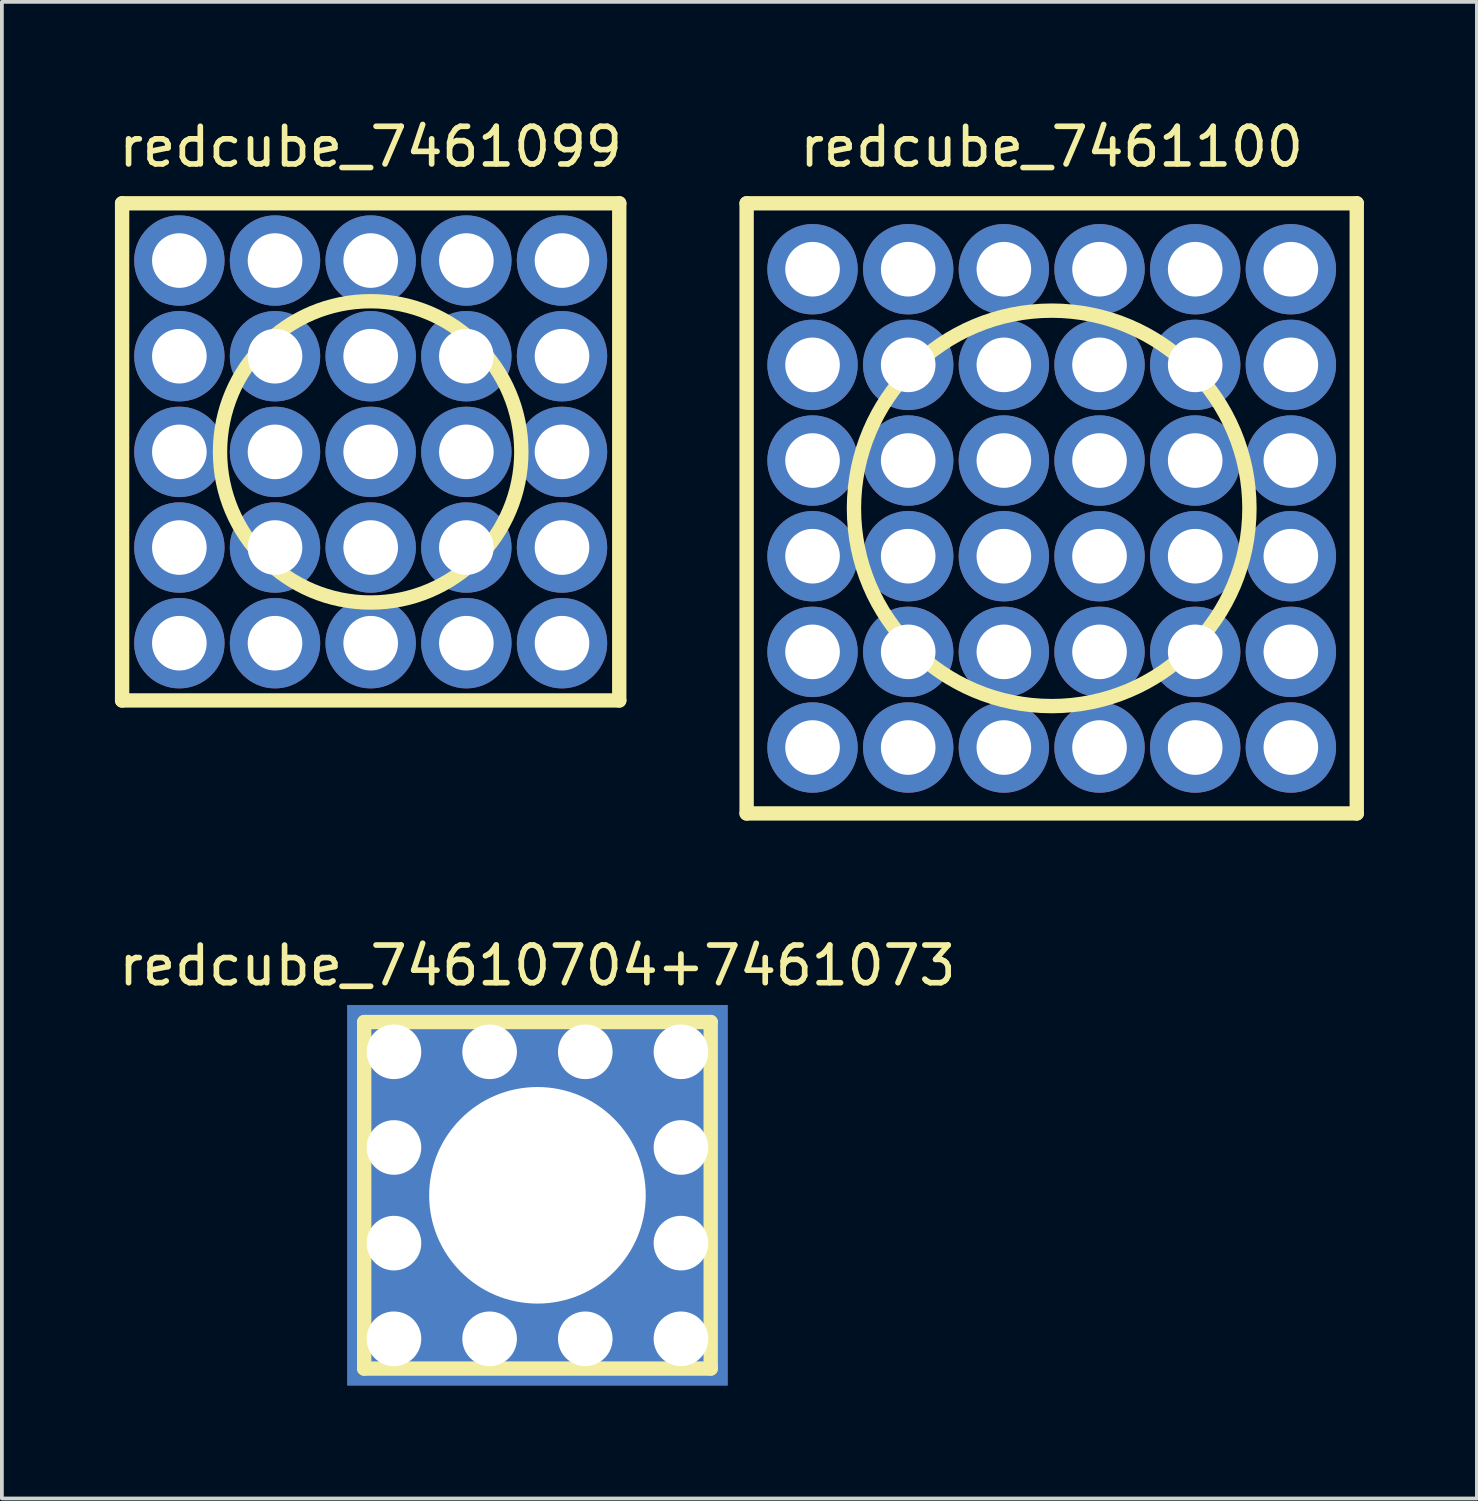
<source format=kicad_pcb>
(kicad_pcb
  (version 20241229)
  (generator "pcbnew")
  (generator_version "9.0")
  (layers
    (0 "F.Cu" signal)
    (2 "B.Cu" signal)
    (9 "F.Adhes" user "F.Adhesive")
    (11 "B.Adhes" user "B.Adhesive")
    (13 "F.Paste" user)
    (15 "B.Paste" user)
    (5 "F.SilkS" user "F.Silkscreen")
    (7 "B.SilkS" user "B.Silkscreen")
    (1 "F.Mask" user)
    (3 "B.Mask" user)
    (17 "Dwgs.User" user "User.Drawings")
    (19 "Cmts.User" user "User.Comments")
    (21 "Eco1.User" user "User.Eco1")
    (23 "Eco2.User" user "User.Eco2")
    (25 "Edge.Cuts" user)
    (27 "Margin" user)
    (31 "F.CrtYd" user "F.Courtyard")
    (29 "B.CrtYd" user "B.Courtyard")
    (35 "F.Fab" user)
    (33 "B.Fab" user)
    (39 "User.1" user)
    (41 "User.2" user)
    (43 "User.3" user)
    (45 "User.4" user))
  (footprint "redcube_7461100"
    (layer "F.Cu")
    (at 24.874 10.448)
    (property "Reference" "redcube_7461100" (at 0 -9.6 0) (layer "F.SilkS") (effects (font (size 1 1) (thickness 0.15))))
    (attr through_hole)
    (fp_line (start -8.1 -8.1) (end 8.1 -8.1) (stroke (width 0.381) (type solid)) (layer "F.SilkS"))
    (fp_line (start -8.1 8.1) (end -8.1 -8.1) (stroke (width 0.381) (type solid)) (layer "F.SilkS"))
    (fp_line (start 8.1 -8.1) (end 8.1 8.1) (stroke (width 0.381) (type solid)) (layer "F.SilkS"))
    (fp_line (start 8.1 8.1) (end -8.1 8.1) (stroke (width 0.381) (type solid)) (layer "F.SilkS"))
    (fp_circle (center 0 0) (end 5.25 0) (stroke (width 0.381) (type solid)) (fill no) (layer "F.SilkS"))
    (pad "1" thru_hole circle (at -6.35 -6.35) (size 2.4 2.4) (drill 1.45) (layers "*.Cu" "*.Mask"))
    (pad "1" thru_hole circle (at -6.35 -3.81) (size 2.4 2.4) (drill 1.45) (layers "*.Cu" "*.Mask"))
    (pad "1" thru_hole circle (at -6.35 -1.27) (size 2.4 2.4) (drill 1.45) (layers "*.Cu" "*.Mask"))
    (pad "1" thru_hole circle (at -6.35 1.27) (size 2.4 2.4) (drill 1.45) (layers "*.Cu" "*.Mask"))
    (pad "1" thru_hole circle (at -6.35 3.81) (size 2.4 2.4) (drill 1.45) (layers "*.Cu" "*.Mask"))
    (pad "1" thru_hole circle (at -6.35 6.35) (size 2.4 2.4) (drill 1.45) (layers "*.Cu" "*.Mask"))
    (pad "1" thru_hole circle (at -3.81 -6.35) (size 2.4 2.4) (drill 1.45) (layers "*.Cu" "*.Mask"))
    (pad "1" thru_hole circle (at -3.81 -3.81) (size 2.4 2.4) (drill 1.45) (layers "*.Cu" "*.Mask"))
    (pad "1" thru_hole circle (at -3.81 -1.27) (size 2.4 2.4) (drill 1.45) (layers "*.Cu" "*.Mask"))
    (pad "1" thru_hole circle (at -3.81 1.27) (size 2.4 2.4) (drill 1.45) (layers "*.Cu" "*.Mask"))
    (pad "1" thru_hole circle (at -3.81 3.81) (size 2.4 2.4) (drill 1.45) (layers "*.Cu" "*.Mask"))
    (pad "1" thru_hole circle (at -3.81 6.35) (size 2.4 2.4) (drill 1.45) (layers "*.Cu" "*.Mask"))
    (pad "1" thru_hole circle (at -1.27 -6.35) (size 2.4 2.4) (drill 1.45) (layers "*.Cu" "*.Mask"))
    (pad "1" thru_hole circle (at -1.27 -3.81) (size 2.4 2.4) (drill 1.45) (layers "*.Cu" "*.Mask"))
    (pad "1" thru_hole circle (at -1.27 -1.27) (size 2.4 2.4) (drill 1.45) (layers "*.Cu" "*.Mask"))
    (pad "1" thru_hole circle (at -1.27 1.27) (size 2.4 2.4) (drill 1.45) (layers "*.Cu" "*.Mask"))
    (pad "1" thru_hole circle (at -1.27 3.81) (size 2.4 2.4) (drill 1.45) (layers "*.Cu" "*.Mask"))
    (pad "1" thru_hole circle (at -1.27 6.35) (size 2.4 2.4) (drill 1.45) (layers "*.Cu" "*.Mask"))
    (pad "1" thru_hole circle (at 1.27 -6.35) (size 2.4 2.4) (drill 1.45) (layers "*.Cu" "*.Mask"))
    (pad "1" thru_hole circle (at 1.27 -3.81) (size 2.4 2.4) (drill 1.45) (layers "*.Cu" "*.Mask"))
    (pad "1" thru_hole circle (at 1.27 -1.27) (size 2.4 2.4) (drill 1.45) (layers "*.Cu" "*.Mask"))
    (pad "1" thru_hole circle (at 1.27 1.27) (size 2.4 2.4) (drill 1.45) (layers "*.Cu" "*.Mask"))
    (pad "1" thru_hole circle (at 1.27 3.81) (size 2.4 2.4) (drill 1.45) (layers "*.Cu" "*.Mask"))
    (pad "1" thru_hole circle (at 1.27 6.35) (size 2.4 2.4) (drill 1.45) (layers "*.Cu" "*.Mask"))
    (pad "1" thru_hole circle (at 3.81 -6.35) (size 2.4 2.4) (drill 1.45) (layers "*.Cu" "*.Mask"))
    (pad "1" thru_hole circle (at 3.81 -3.81) (size 2.4 2.4) (drill 1.45) (layers "*.Cu" "*.Mask"))
    (pad "1" thru_hole circle (at 3.81 -1.27) (size 2.4 2.4) (drill 1.45) (layers "*.Cu" "*.Mask"))
    (pad "1" thru_hole circle (at 3.81 1.27) (size 2.4 2.4) (drill 1.45) (layers "*.Cu" "*.Mask"))
    (pad "1" thru_hole circle (at 3.81 3.81) (size 2.4 2.4) (drill 1.45) (layers "*.Cu" "*.Mask"))
    (pad "1" thru_hole circle (at 3.81 6.35) (size 2.4 2.4) (drill 1.45) (layers "*.Cu" "*.Mask"))
    (pad "1" thru_hole circle (at 6.35 -6.35) (size 2.4 2.4) (drill 1.45) (layers "*.Cu" "*.Mask"))
    (pad "1" thru_hole circle (at 6.35 -3.81) (size 2.4 2.4) (drill 1.45) (layers "*.Cu" "*.Mask"))
    (pad "1" thru_hole circle (at 6.35 -1.27) (size 2.4 2.4) (drill 1.45) (layers "*.Cu" "*.Mask"))
    (pad "1" thru_hole circle (at 6.35 1.27) (size 2.4 2.4) (drill 1.45) (layers "*.Cu" "*.Mask"))
    (pad "1" thru_hole circle (at 6.35 3.81) (size 2.4 2.4) (drill 1.45) (layers "*.Cu" "*.Mask"))
    (pad "1" thru_hole circle (at 6.35 6.35) (size 2.4 2.4) (drill 1.45) (layers "*.Cu" "*.Mask")))
  (footprint "redcube_74610704+7461073"
    (layer "F.Cu")
    (at 11.22 28.687)
    (property "Reference" "redcube_74610704+7461073" (at 0 -6.1 0) (layer "F.SilkS") (effects (font (size 1 1) (thickness 0.15))))
    (attr through_hole)
    (fp_line (start -4.6 -4.6) (end 4.6 -4.6) (stroke (width 0.381) (type solid)) (layer "F.SilkS"))
    (fp_line (start -4.6 4.6) (end -4.6 -4.6) (stroke (width 0.381) (type solid)) (layer "F.SilkS"))
    (fp_line (start 4.6 -4.6) (end 4.6 4.6) (stroke (width 0.381) (type solid)) (layer "F.SilkS"))
    (fp_line (start 4.6 4.6) (end -4.6 4.6) (stroke (width 0.381) (type solid)) (layer "F.SilkS"))
    (fp_circle (center 0 0) (end 1.5 0) (stroke (width 0.381) (type solid)) (fill no) (layer "F.SilkS"))
    (pad "1" thru_hole circle (at -3.81 -3.81) (size 2.4 2.4) (drill 1.45) (layers "*.Cu" "*.Mask"))
    (pad "1" thru_hole circle (at -3.81 -1.27) (size 2.4 2.4) (drill 1.45) (layers "*.Cu" "*.Mask"))
    (pad "1" thru_hole circle (at -3.81 1.27) (size 2.4 2.4) (drill 1.45) (layers "*.Cu" "*.Mask"))
    (pad "1" thru_hole circle (at -3.81 3.81) (size 2.4 2.4) (drill 1.45) (layers "*.Cu" "*.Mask"))
    (pad "1" thru_hole circle (at -1.27 -3.81) (size 2.4 2.4) (drill 1.45) (layers "*.Cu" "*.Mask"))
    (pad "1" thru_hole circle (at -1.27 3.81) (size 2.4 2.4) (drill 1.45) (layers "*.Cu" "*.Mask"))
    (pad "1" thru_hole rect (at 0 0) (size 10.1 10.1) (drill 5.75) (layers "*.Cu" "*.Mask"))
    (pad "1" thru_hole circle (at 1.27 -3.81) (size 2.4 2.4) (drill 1.45) (layers "*.Cu" "*.Mask"))
    (pad "1" thru_hole circle (at 1.27 3.81) (size 2.4 2.4) (drill 1.45) (layers "*.Cu" "*.Mask"))
    (pad "1" thru_hole circle (at 3.81 -3.81) (size 2.4 2.4) (drill 1.45) (layers "*.Cu" "*.Mask"))
    (pad "1" thru_hole circle (at 3.81 -1.27) (size 2.4 2.4) (drill 1.45) (layers "*.Cu" "*.Mask"))
    (pad "1" thru_hole circle (at 3.81 1.27) (size 2.4 2.4) (drill 1.45) (layers "*.Cu" "*.Mask"))
    (pad "1" thru_hole circle (at 3.81 3.81) (size 2.4 2.4) (drill 1.45) (layers "*.Cu" "*.Mask")))
  (footprint "redcube_7461099"
    (layer "F.Cu")
    (at 6.792 8.948)
    (property "Reference" "redcube_7461099" (at 0 -8.1 0) (layer "F.SilkS") (effects (font (size 1 1) (thickness 0.15))))
    (attr through_hole)
    (fp_line (start -6.6 -6.6) (end 6.6 -6.6) (stroke (width 0.381) (type solid)) (layer "F.SilkS"))
    (fp_line (start -6.6 6.6) (end -6.6 -6.6) (stroke (width 0.381) (type solid)) (layer "F.SilkS"))
    (fp_line (start 6.6 -6.6) (end 6.6 6.6) (stroke (width 0.381) (type solid)) (layer "F.SilkS"))
    (fp_line (start 6.6 6.6) (end -6.6 6.6) (stroke (width 0.381) (type solid)) (layer "F.SilkS"))
    (fp_circle (center 0 0) (end 4 0) (stroke (width 0.381) (type solid)) (fill no) (layer "F.SilkS"))
    (pad "1" thru_hole circle (at -5.08 -5.08) (size 2.4 2.4) (drill 1.45) (layers "*.Cu" "*.Mask"))
    (pad "1" thru_hole circle (at -5.08 -2.54) (size 2.4 2.4) (drill 1.45) (layers "*.Cu" "*.Mask"))
    (pad "1" thru_hole circle (at -5.08 0) (size 2.4 2.4) (drill 1.45) (layers "*.Cu" "*.Mask"))
    (pad "1" thru_hole circle (at -5.08 2.54) (size 2.4 2.4) (drill 1.45) (layers "*.Cu" "*.Mask"))
    (pad "1" thru_hole circle (at -5.08 5.08) (size 2.4 2.4) (drill 1.45) (layers "*.Cu" "*.Mask"))
    (pad "1" thru_hole circle (at -2.54 -5.08) (size 2.4 2.4) (drill 1.45) (layers "*.Cu" "*.Mask"))
    (pad "1" thru_hole circle (at -2.54 -2.54) (size 2.4 2.4) (drill 1.45) (layers "*.Cu" "*.Mask"))
    (pad "1" thru_hole circle (at -2.54 0) (size 2.4 2.4) (drill 1.45) (layers "*.Cu" "*.Mask"))
    (pad "1" thru_hole circle (at -2.54 2.54) (size 2.4 2.4) (drill 1.45) (layers "*.Cu" "*.Mask"))
    (pad "1" thru_hole circle (at -2.54 5.08) (size 2.4 2.4) (drill 1.45) (layers "*.Cu" "*.Mask"))
    (pad "1" thru_hole circle (at 0 -5.08) (size 2.4 2.4) (drill 1.45) (layers "*.Cu" "*.Mask"))
    (pad "1" thru_hole circle (at 0 -2.54) (size 2.4 2.4) (drill 1.45) (layers "*.Cu" "*.Mask"))
    (pad "1" thru_hole circle (at 0 0) (size 2.4 2.4) (drill 1.45) (layers "*.Cu" "*.Mask"))
    (pad "1" thru_hole circle (at 0 2.54) (size 2.4 2.4) (drill 1.45) (layers "*.Cu" "*.Mask"))
    (pad "1" thru_hole circle (at 0 5.08) (size 2.4 2.4) (drill 1.45) (layers "*.Cu" "*.Mask"))
    (pad "1" thru_hole circle (at 2.54 -5.08) (size 2.4 2.4) (drill 1.45) (layers "*.Cu" "*.Mask"))
    (pad "1" thru_hole circle (at 2.54 -2.54) (size 2.4 2.4) (drill 1.45) (layers "*.Cu" "*.Mask"))
    (pad "1" thru_hole circle (at 2.54 0) (size 2.4 2.4) (drill 1.45) (layers "*.Cu" "*.Mask"))
    (pad "1" thru_hole circle (at 2.54 2.54) (size 2.4 2.4) (drill 1.45) (layers "*.Cu" "*.Mask"))
    (pad "1" thru_hole circle (at 2.54 5.08) (size 2.4 2.4) (drill 1.45) (layers "*.Cu" "*.Mask"))
    (pad "1" thru_hole circle (at 5.08 -5.08) (size 2.4 2.4) (drill 1.45) (layers "*.Cu" "*.Mask"))
    (pad "1" thru_hole circle (at 5.08 -2.54) (size 2.4 2.4) (drill 1.45) (layers "*.Cu" "*.Mask"))
    (pad "1" thru_hole circle (at 5.08 0) (size 2.4 2.4) (drill 1.45) (layers "*.Cu" "*.Mask"))
    (pad "1" thru_hole circle (at 5.08 2.54) (size 2.4 2.4) (drill 1.45) (layers "*.Cu" "*.Mask"))
    (pad "1" thru_hole circle (at 5.08 5.08) (size 2.4 2.4) (drill 1.45) (layers "*.Cu" "*.Mask")))
  (gr_rect
    (start -3 -3)
    (end 36.164 36.737)
    (stroke (width 0.1) (type default))
    (fill no)
    (layer "Edge.Cuts")))
</source>
